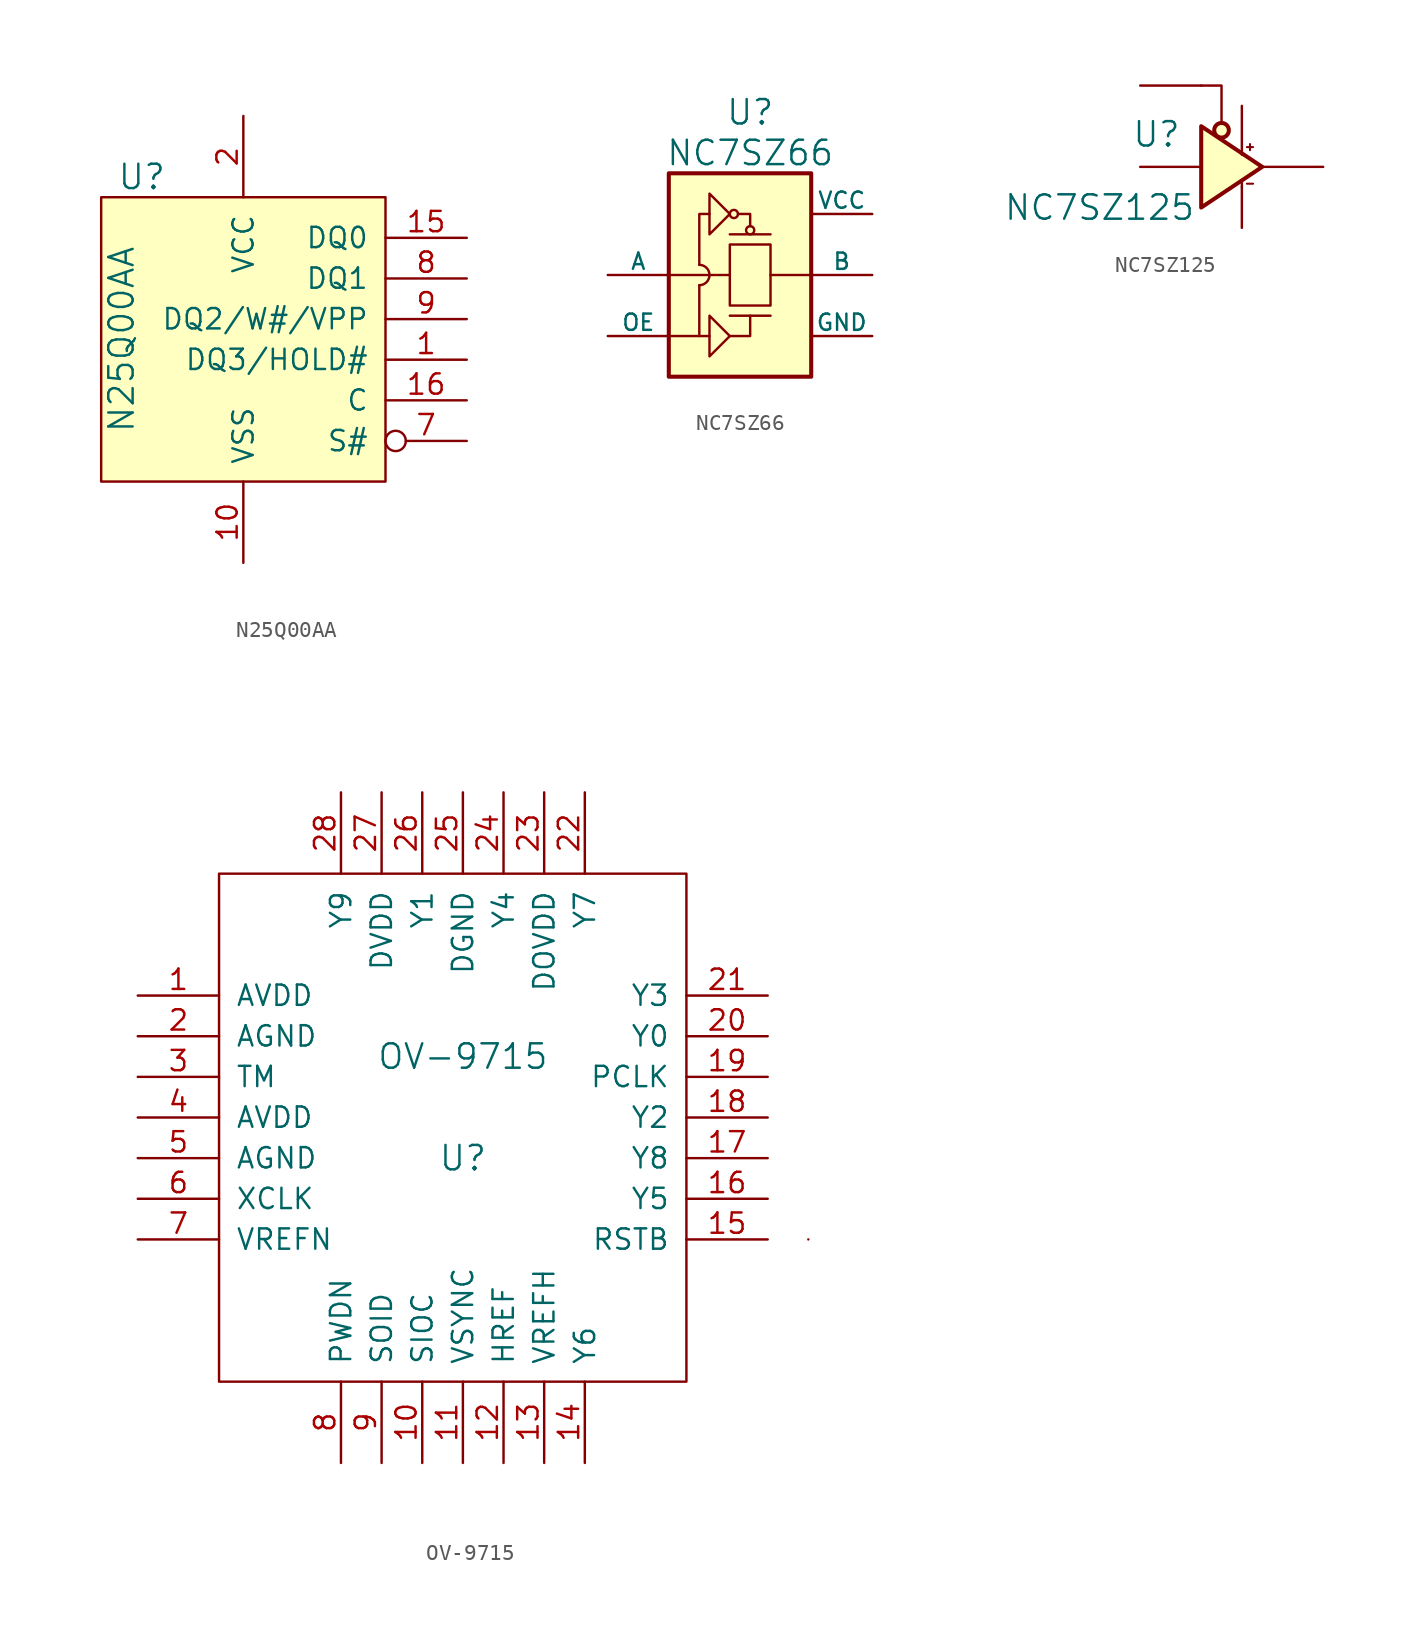
<source format=kicad_sym>
(kicad_symbol_lib
  (version 20231120)
  (generator "kicad_symbol_editor")
  (generator_version "8.0")
  (symbol "N25Q00AA"
    (pin_names
      (offset 1.016))
    (property "Reference" "U"
      (at -6.35 10.16 0)
      (effects (font (size 1.524 1.524))))
    (property "Value" "N25Q00AA"
      (at -7.62 0 90)
      (effects (font (size 1.524 1.524))))
    (symbol "N25Q00AA_0_1"
      (rectangle (start -8.89 8.89) (end 8.89 -8.89) (stroke (width 0) (type default)) (fill (type background))))
    (symbol "N25Q00AA_1_1"
      (pin input line (at 13.97 -1.27 180) (length 5.08) (name "DQ3/HOLD#" (effects (font (size 1.27 1.27)))) (number "1" (effects (font (size 1.27 1.27)))))
      (pin power_in line (at 0 -13.97 90) (length 5.08) (name "VSS" (effects (font (size 1.27 1.27)))) (number "10" (effects (font (size 1.27 1.27)))))
      (pin input line (at 13.97 6.35 180) (length 5.08) (name "DQ0" (effects (font (size 1.27 1.27)))) (number "15" (effects (font (size 1.27 1.27)))))
      (pin input line (at 13.97 -3.81 180) (length 5.08) (name "C" (effects (font (size 1.27 1.27)))) (number "16" (effects (font (size 1.27 1.27)))))
      (pin power_in line (at 0 13.97 270) (length 5.08) (name "VCC" (effects (font (size 1.27 1.27)))) (number "2" (effects (font (size 1.27 1.27)))))
      (pin input inverted (at 13.97 -6.35 180) (length 5.08) (name "S#" (effects (font (size 1.27 1.27)))) (number "7" (effects (font (size 1.27 1.27)))))
      (pin input line (at 13.97 3.81 180) (length 5.08) (name "DQ1" (effects (font (size 1.27 1.27)))) (number "8" (effects (font (size 1.27 1.27)))))
      (pin input line (at 13.97 1.27 180) (length 5.08) (name "DQ2/W#/VPP" (effects (font (size 1.27 1.27)))) (number "9" (effects (font (size 1.27 1.27)))))))
  (symbol "NC7SZ66"
    (pin_numbers hide)
    (pin_names
      (offset 0))
    (property "Reference" "U"
      (at 0 10.16 0)
      (effects (font (size 1.524 1.524))))
    (property "Value" "NC7SZ66"
      (at 0 7.62 0)
      (effects (font (size 1.524 1.524))))
    (property "Footprint" ""
      (at 0 0 0)
      (effects (font (size 1.524 1.524))))
    (property "Datasheet" ""
      (at 0 0 0)
      (effects (font (size 1.524 1.524))))
    (symbol "NC7SZ66_0_1"
      (rectangle (start -5.08 6.35) (end 3.81 -6.35) (stroke (width 0.254) (type default)) (fill (type background)))
      (arc (start -3.175 -0.635) (mid -2.5427 0) (end -3.175 0.635) (stroke (width 0) (type default)) (fill (type none)))
      (rectangle (start -1.27 1.905) (end 1.27 -1.905) (stroke (width 0) (type default)) (fill (type none)))
      (circle (center -1.016 3.81) (radius 0.254) (stroke (width 0) (type default)) (fill (type none)))
      (polyline (pts (xy -5.08 0) (xy -1.27 0)) (stroke (width 0) (type default)) (fill (type none)))
      (polyline (pts (xy -3.175 -0.635) (xy -3.175 -3.81)) (stroke (width 0) (type default)) (fill (type none)))
      (polyline (pts (xy -1.27 -2.54) (xy 1.27 -2.54)) (stroke (width 0) (type default)) (fill (type none)))
      (polyline (pts (xy 1.27 0) (xy 3.81 0)) (stroke (width 0) (type default)) (fill (type none)))
      (polyline (pts (xy 1.27 2.54) (xy -1.27 2.54)) (stroke (width 0) (type default)) (fill (type none)))
      (polyline (pts (xy -5.08 -3.81) (xy -3.175 -3.81) (xy -2.54 -3.81)) (stroke (width 0) (type default)) (fill (type none)))
      (polyline (pts (xy -3.175 0.635) (xy -3.175 3.81) (xy -2.54 3.81)) (stroke (width 0) (type default)) (fill (type none)))
      (polyline (pts (xy -0.762 3.81) (xy 0 3.81) (xy 0 3.048)) (stroke (width 0) (type default)) (fill (type none)))
      (polyline (pts (xy 0 -2.54) (xy 0 -3.81) (xy -1.27 -3.81)) (stroke (width 0) (type default)) (fill (type none)))
      (polyline (pts (xy -2.54 -2.54) (xy -2.54 -5.08) (xy -1.27 -3.81) (xy -2.54 -2.54)) (stroke (width 0) (type default)) (fill (type none)))
      (polyline (pts (xy -2.54 2.54) (xy -1.27 3.81) (xy -2.54 5.08) (xy -2.54 2.54)) (stroke (width 0) (type default)) (fill (type none)))
      (circle (center 0 2.794) (radius 0.254) (stroke (width 0) (type default)) (fill (type none))))
    (symbol "NC7SZ66_1_1"
      (pin tri_state line (at -8.89 0 0) (length 3.81) (name "A" (effects (font (size 1.016 1.016)))) (number "1" (effects (font (size 1.27 1.27)))))
      (pin power_in line (at 7.62 0 180) (length 3.81) (name "B" (effects (font (size 1.016 1.016)))) (number "2" (effects (font (size 1.27 1.27)))))
      (pin power_in line (at 7.62 -3.81 180) (length 3.81) (name "GND" (effects (font (size 1.016 1.016)))) (number "3" (effects (font (size 1.27 1.27)))))
      (pin input line (at -8.89 -3.81 0) (length 3.81) (name "OE" (effects (font (size 1.016 1.016)))) (number "4" (effects (font (size 1.27 1.27)))))
      (pin power_in line (at 7.62 3.81 180) (length 3.81) (name "VCC" (effects (font (size 1.016 1.016)))) (number "5" (effects (font (size 1.27 1.27)))))))
  (symbol "NC7SZ125"
    (pin_numbers hide)
    (pin_names
      (offset 0) hide)
    (property "Reference" "U"
      (at -4.064 2.032 0)
      (effects (font (size 1.524 1.524))))
    (property "Value" "NC7SZ125"
      (at -7.62 -2.54 0)
      (effects (font (size 1.524 1.524))))
    (property "Footprint" ""
      (at 0 0 0)
      (effects (font (size 1.524 1.524))))
    (property "Datasheet" ""
      (at 0 0 0)
      (effects (font (size 1.524 1.524))))
    (symbol "NC7SZ125_0_0"
      (text "+" (at 1.778 1.27 0) (effects (font (size 0.508 0.508))))
      (text "-" (at 1.778 -1.016 0) (effects (font (size 0.508 0.508)))))
    (symbol "NC7SZ125_0_1"
      (polyline (pts (xy 1.27 -1.27) (xy 1.27 -0.889)) (stroke (width 0) (type default)) (fill (type none)))
      (polyline (pts (xy -1.27 5.08) (xy 0 5.08) (xy 0 2.794)) (stroke (width 0) (type default)) (fill (type none)))
      (polyline (pts (xy -1.27 2.54) (xy -1.27 -2.54) (xy 2.54 0) (xy -1.27 2.54)) (stroke (width 0.254) (type default)) (fill (type background)))
      (circle (center 0 2.286) (radius 0.457) (stroke (width 0.254) (type default)) (fill (type background))))
    (symbol "NC7SZ125_1_1"
      (pin input line (at -5.08 5.08 0) (length 3.81) (name "~{OE}" (effects (font (size 1.27 1.27)))) (number "1" (effects (font (size 1.27 1.27)))))
      (pin input line (at -5.08 0 0) (length 3.81) (name "A" (effects (font (size 1.27 1.27)))) (number "2" (effects (font (size 1.27 1.27)))))
      (pin power_in line (at 1.27 -3.81 90) (length 2.54) (name "GND" (effects (font (size 1.27 1.27)))) (number "3" (effects (font (size 1.27 1.27)))))
      (pin output line (at 6.35 0 180) (length 3.81) (name "Y" (effects (font (size 1.27 1.27)))) (number "4" (effects (font (size 1.27 1.27)))))
      (pin power_in line (at 1.27 3.81 270) (length 3.048) (name "VCC" (effects (font (size 1.27 1.27)))) (number "5" (effects (font (size 1.27 1.27)))))))
  (symbol "OV-9715"
    (pin_names
      (offset 1.016))
    (property "Reference" "U"
      (at 0 -2.54 0)
      (effects (font (size 1.524 1.524))))
    (property "Value" "OV-9715"
      (at 0 3.81 0)
      (effects (font (size 1.524 1.524))))
    (property "Footprint" ""
      (at 3.81 1.27 0)
      (effects (font (size 1.524 1.524))))
    (property "Datasheet" ""
      (at 3.81 1.27 0)
      (effects (font (size 1.524 1.524))))
    (symbol "OV-9715_0_1"
      (rectangle (start -15.24 15.24) (end 13.97 -16.51) (stroke (width 0) (type default)) (fill (type none)))
      (rectangle (start 21.59 -7.62) (end 21.59 -7.62) (stroke (width 0) (type default)) (fill (type none))))
    (symbol "OV-9715_1_1"
      (pin input line (at -20.32 7.62 0) (length 5.08) (name "AVDD" (effects (font (size 1.27 1.27)))) (number "1" (effects (font (size 1.27 1.27)))))
      (pin input line (at -2.54 -21.59 90) (length 5.08) (name "SIOC" (effects (font (size 1.27 1.27)))) (number "10" (effects (font (size 1.27 1.27)))))
      (pin input line (at 0 -21.59 90) (length 5.08) (name "VSYNC" (effects (font (size 1.27 1.27)))) (number "11" (effects (font (size 1.27 1.27)))))
      (pin input line (at 2.54 -21.59 90) (length 5.08) (name "HREF" (effects (font (size 1.27 1.27)))) (number "12" (effects (font (size 1.27 1.27)))))
      (pin input line (at 5.08 -21.59 90) (length 5.08) (name "VREFH" (effects (font (size 1.27 1.27)))) (number "13" (effects (font (size 1.27 1.27)))))
      (pin input line (at 7.62 -21.59 90) (length 5.08) (name "Y6" (effects (font (size 1.27 1.27)))) (number "14" (effects (font (size 1.27 1.27)))))
      (pin input line (at 19.05 -7.62 180) (length 5.08) (name "RSTB" (effects (font (size 1.27 1.27)))) (number "15" (effects (font (size 1.27 1.27)))))
      (pin input line (at 19.05 -5.08 180) (length 5.08) (name "Y5" (effects (font (size 1.27 1.27)))) (number "16" (effects (font (size 1.27 1.27)))))
      (pin input line (at 19.05 -2.54 180) (length 5.08) (name "Y8" (effects (font (size 1.27 1.27)))) (number "17" (effects (font (size 1.27 1.27)))))
      (pin input line (at 19.05 0 180) (length 5.08) (name "Y2" (effects (font (size 1.27 1.27)))) (number "18" (effects (font (size 1.27 1.27)))))
      (pin input line (at 19.05 2.54 180) (length 5.08) (name "PCLK" (effects (font (size 1.27 1.27)))) (number "19" (effects (font (size 1.27 1.27)))))
      (pin input line (at -20.32 5.08 0) (length 5.08) (name "AGND" (effects (font (size 1.27 1.27)))) (number "2" (effects (font (size 1.27 1.27)))))
      (pin input line (at 19.05 5.08 180) (length 5.08) (name "Y0" (effects (font (size 1.27 1.27)))) (number "20" (effects (font (size 1.27 1.27)))))
      (pin input line (at 19.05 7.62 180) (length 5.08) (name "Y3" (effects (font (size 1.27 1.27)))) (number "21" (effects (font (size 1.27 1.27)))))
      (pin input line (at 7.62 20.32 270) (length 5.08) (name "Y7" (effects (font (size 1.27 1.27)))) (number "22" (effects (font (size 1.27 1.27)))))
      (pin input line (at 5.08 20.32 270) (length 5.08) (name "DOVDD" (effects (font (size 1.27 1.27)))) (number "23" (effects (font (size 1.27 1.27)))))
      (pin input line (at 2.54 20.32 270) (length 5.08) (name "Y4" (effects (font (size 1.27 1.27)))) (number "24" (effects (font (size 1.27 1.27)))))
      (pin input line (at 0 20.32 270) (length 5.08) (name "DGND" (effects (font (size 1.27 1.27)))) (number "25" (effects (font (size 1.27 1.27)))))
      (pin input line (at -2.54 20.32 270) (length 5.08) (name "Y1" (effects (font (size 1.27 1.27)))) (number "26" (effects (font (size 1.27 1.27)))))
      (pin input line (at -5.08 20.32 270) (length 5.08) (name "DVDD" (effects (font (size 1.27 1.27)))) (number "27" (effects (font (size 1.27 1.27)))))
      (pin input line (at -7.62 20.32 270) (length 5.08) (name "Y9" (effects (font (size 1.27 1.27)))) (number "28" (effects (font (size 1.27 1.27)))))
      (pin input line (at -20.32 2.54 0) (length 5.08) (name "TM" (effects (font (size 1.27 1.27)))) (number "3" (effects (font (size 1.27 1.27)))))
      (pin input line (at -20.32 0 0) (length 5.08) (name "AVDD" (effects (font (size 1.27 1.27)))) (number "4" (effects (font (size 1.27 1.27)))))
      (pin input line (at -20.32 -2.54 0) (length 5.08) (name "AGND" (effects (font (size 1.27 1.27)))) (number "5" (effects (font (size 1.27 1.27)))))
      (pin input line (at -20.32 -5.08 0) (length 5.08) (name "XCLK" (effects (font (size 1.27 1.27)))) (number "6" (effects (font (size 1.27 1.27)))))
      (pin input line (at -20.32 -7.62 0) (length 5.08) (name "VREFN" (effects (font (size 1.27 1.27)))) (number "7" (effects (font (size 1.27 1.27)))))
      (pin input line (at -7.62 -21.59 90) (length 5.08) (name "PWDN" (effects (font (size 1.27 1.27)))) (number "8" (effects (font (size 1.27 1.27)))))
      (pin input line (at -5.08 -21.59 90) (length 5.08) (name "SOID" (effects (font (size 1.27 1.27)))) (number "9" (effects (font (size 1.27 1.27))))))))
</source>
